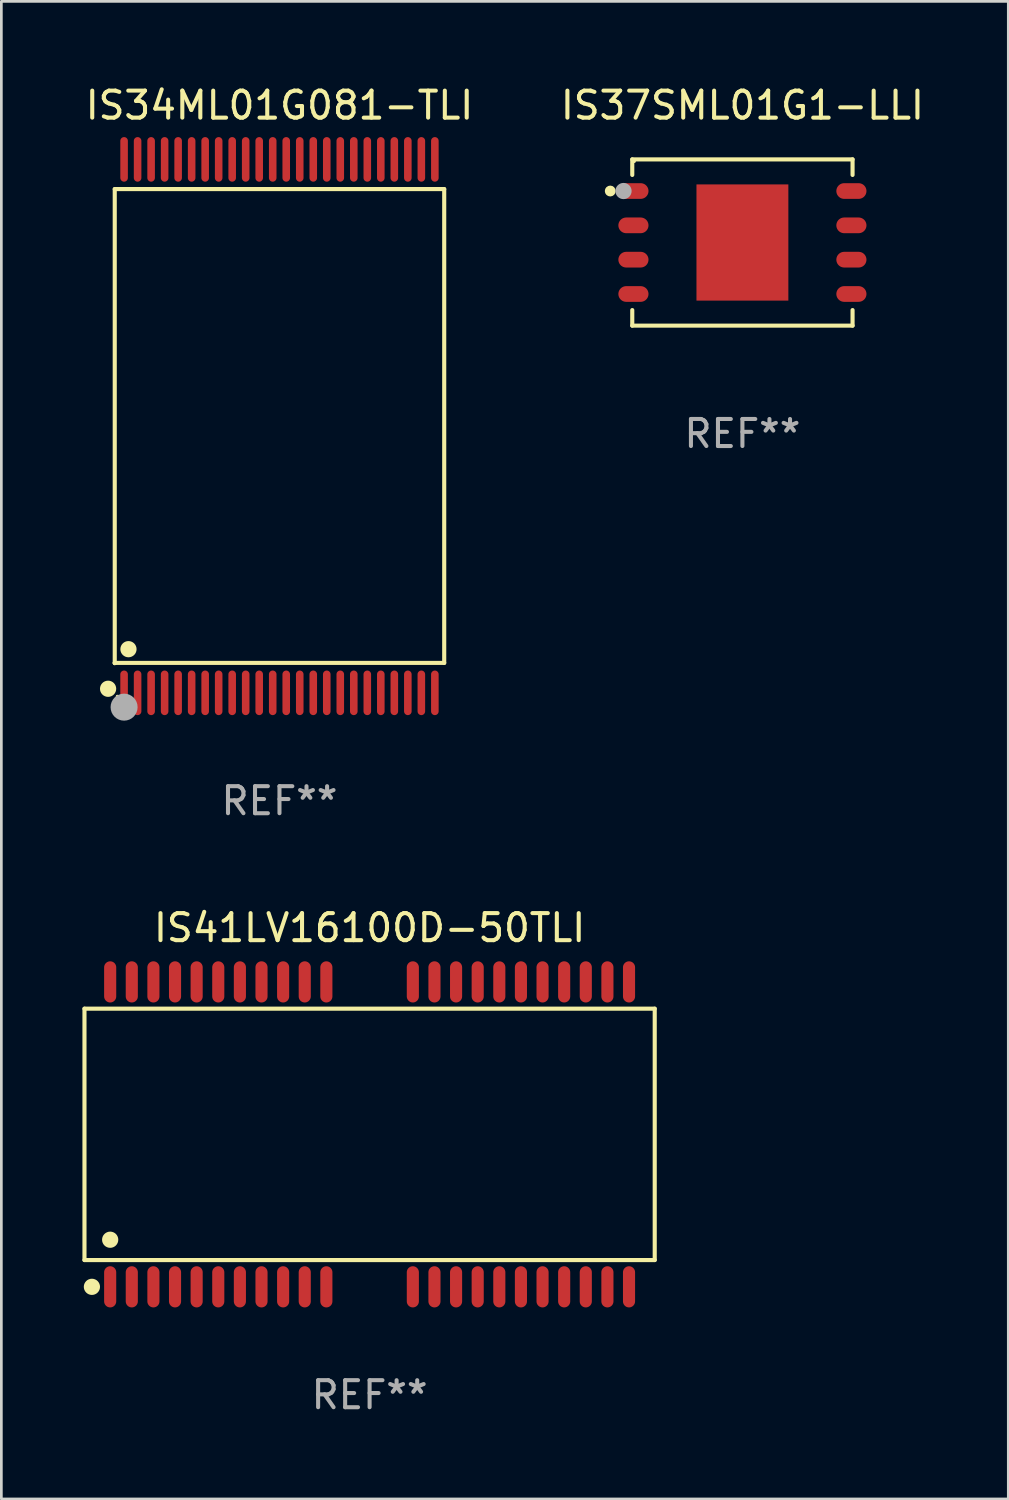
<source format=kicad_pcb>
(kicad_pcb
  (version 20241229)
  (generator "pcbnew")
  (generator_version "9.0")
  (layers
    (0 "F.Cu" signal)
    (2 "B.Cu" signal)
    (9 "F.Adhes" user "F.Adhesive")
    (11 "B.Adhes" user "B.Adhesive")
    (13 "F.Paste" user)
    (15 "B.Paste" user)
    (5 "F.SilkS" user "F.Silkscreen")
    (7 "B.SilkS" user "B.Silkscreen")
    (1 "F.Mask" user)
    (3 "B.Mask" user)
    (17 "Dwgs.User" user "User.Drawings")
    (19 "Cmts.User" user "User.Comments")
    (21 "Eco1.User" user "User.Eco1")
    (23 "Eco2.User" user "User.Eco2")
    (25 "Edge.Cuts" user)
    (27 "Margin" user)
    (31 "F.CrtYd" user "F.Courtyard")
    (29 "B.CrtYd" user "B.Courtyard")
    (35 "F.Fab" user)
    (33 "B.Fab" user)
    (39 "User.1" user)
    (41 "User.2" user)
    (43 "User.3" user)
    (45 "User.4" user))
  (footprint "IS34ML01G081-TLI"
    (layer "F.Cu")
    (at 7.292 12.718)
    (property "Reference" "IS34ML01G081-TLI" (at 0 -11.87 0) (layer "F.SilkS") (effects (font (size 1 1) (thickness 0.15))))
    (attr through_hole)
    (fp_line (start -6.096 -8.771) (end 6.096 -8.771) (stroke (width 0.152) (type solid)) (layer "F.SilkS"))
    (fp_line (start -6.096 8.763) (end -6.096 8.771) (stroke (width 0.152) (type solid)) (layer "F.SilkS"))
    (fp_line (start -6.096 8.771) (end -6.096 -8.771) (stroke (width 0.152) (type solid)) (layer "F.SilkS"))
    (fp_line (start 6.096 -8.771) (end 6.096 8.763) (stroke (width 0.152) (type solid)) (layer "F.SilkS"))
    (fp_line (start 6.096 8.763) (end -6.096 8.763) (stroke (width 0.152) (type solid)) (layer "F.SilkS"))
    (fp_circle (center -6.342 9.72) (end -6.192 9.72) (stroke (width 0.3) (type solid)) (fill no) (layer "F.SilkS"))
    (fp_circle (center -6 10) (end -5.97 10) (stroke (width 0.06) (type solid)) (fill no) (layer "F.SilkS"))
    (fp_circle (center -5.588 8.255) (end -5.438 8.255) (stroke (width 0.3) (type solid)) (fill no) (layer "F.SilkS"))
    (fp_circle (center -5.75 10.4) (end -5.5 10.4) (stroke (width 0.5) (type solid)) (fill no) (layer "F.Fab"))
    (fp_text user "REF**" (at 0 13.87 0) (layer "F.Fab") (effects (font (size 1 1) (thickness 0.15))))
    (pad "1" smd oval (at -5.75 9.87) (size 0.28 1.65) (layers "F.Cu" "F.Mask" "F.Paste"))
    (pad "2" smd oval (at -5.25 9.87) (size 0.28 1.65) (layers "F.Cu" "F.Mask" "F.Paste"))
    (pad "3" smd oval (at -4.75 9.87) (size 0.28 1.65) (layers "F.Cu" "F.Mask" "F.Paste"))
    (pad "4" smd oval (at -4.25 9.87) (size 0.28 1.65) (layers "F.Cu" "F.Mask" "F.Paste"))
    (pad "5" smd oval (at -3.75 9.87) (size 0.28 1.65) (layers "F.Cu" "F.Mask" "F.Paste"))
    (pad "6" smd oval (at -3.25 9.87) (size 0.28 1.65) (layers "F.Cu" "F.Mask" "F.Paste"))
    (pad "7" smd oval (at -2.75 9.87) (size 0.28 1.65) (layers "F.Cu" "F.Mask" "F.Paste"))
    (pad "8" smd oval (at -2.25 9.87) (size 0.28 1.65) (layers "F.Cu" "F.Mask" "F.Paste"))
    (pad "9" smd oval (at -1.75 9.87) (size 0.28 1.65) (layers "F.Cu" "F.Mask" "F.Paste"))
    (pad "10" smd oval (at -1.25 9.87) (size 0.28 1.65) (layers "F.Cu" "F.Mask" "F.Paste"))
    (pad "11" smd oval (at -0.75 9.87) (size 0.28 1.65) (layers "F.Cu" "F.Mask" "F.Paste"))
    (pad "12" smd oval (at -0.25 9.87) (size 0.28 1.65) (layers "F.Cu" "F.Mask" "F.Paste"))
    (pad "13" smd oval (at 0.25 9.87) (size 0.28 1.65) (layers "F.Cu" "F.Mask" "F.Paste"))
    (pad "14" smd oval (at 0.75 9.87) (size 0.28 1.65) (layers "F.Cu" "F.Mask" "F.Paste"))
    (pad "15" smd oval (at 1.25 9.87) (size 0.28 1.65) (layers "F.Cu" "F.Mask" "F.Paste"))
    (pad "16" smd oval (at 1.75 9.87) (size 0.28 1.65) (layers "F.Cu" "F.Mask" "F.Paste"))
    (pad "17" smd oval (at 2.25 9.87) (size 0.28 1.65) (layers "F.Cu" "F.Mask" "F.Paste"))
    (pad "18" smd oval (at 2.75 9.87) (size 0.28 1.65) (layers "F.Cu" "F.Mask" "F.Paste"))
    (pad "19" smd oval (at 3.25 9.87) (size 0.28 1.65) (layers "F.Cu" "F.Mask" "F.Paste"))
    (pad "20" smd oval (at 3.75 9.87) (size 0.28 1.65) (layers "F.Cu" "F.Mask" "F.Paste"))
    (pad "21" smd oval (at 4.25 9.87) (size 0.28 1.65) (layers "F.Cu" "F.Mask" "F.Paste"))
    (pad "22" smd oval (at 4.75 9.87) (size 0.28 1.65) (layers "F.Cu" "F.Mask" "F.Paste"))
    (pad "23" smd oval (at 5.25 9.87) (size 0.28 1.65) (layers "F.Cu" "F.Mask" "F.Paste"))
    (pad "24" smd oval (at 5.75 9.87) (size 0.28 1.65) (layers "F.Cu" "F.Mask" "F.Paste"))
    (pad "25" smd oval (at 5.75 -9.87) (size 0.28 1.65) (layers "F.Cu" "F.Mask" "F.Paste"))
    (pad "26" smd oval (at 5.25 -9.87) (size 0.28 1.65) (layers "F.Cu" "F.Mask" "F.Paste"))
    (pad "27" smd oval (at 4.75 -9.87) (size 0.28 1.65) (layers "F.Cu" "F.Mask" "F.Paste"))
    (pad "28" smd oval (at 4.25 -9.87) (size 0.28 1.65) (layers "F.Cu" "F.Mask" "F.Paste"))
    (pad "29" smd oval (at 3.75 -9.87) (size 0.28 1.65) (layers "F.Cu" "F.Mask" "F.Paste"))
    (pad "30" smd oval (at 3.25 -9.87) (size 0.28 1.65) (layers "F.Cu" "F.Mask" "F.Paste"))
    (pad "31" smd oval (at 2.75 -9.87) (size 0.28 1.65) (layers "F.Cu" "F.Mask" "F.Paste"))
    (pad "32" smd oval (at 2.25 -9.87) (size 0.28 1.65) (layers "F.Cu" "F.Mask" "F.Paste"))
    (pad "33" smd oval (at 1.75 -9.87) (size 0.28 1.65) (layers "F.Cu" "F.Mask" "F.Paste"))
    (pad "34" smd oval (at 1.25 -9.87) (size 0.28 1.65) (layers "F.Cu" "F.Mask" "F.Paste"))
    (pad "35" smd oval (at 0.75 -9.87) (size 0.28 1.65) (layers "F.Cu" "F.Mask" "F.Paste"))
    (pad "36" smd oval (at 0.25 -9.87) (size 0.28 1.65) (layers "F.Cu" "F.Mask" "F.Paste"))
    (pad "37" smd oval (at -0.25 -9.87) (size 0.28 1.65) (layers "F.Cu" "F.Mask" "F.Paste"))
    (pad "38" smd oval (at -0.75 -9.87) (size 0.28 1.65) (layers "F.Cu" "F.Mask" "F.Paste"))
    (pad "39" smd oval (at -1.25 -9.87) (size 0.28 1.65) (layers "F.Cu" "F.Mask" "F.Paste"))
    (pad "40" smd oval (at -1.75 -9.87) (size 0.28 1.65) (layers "F.Cu" "F.Mask" "F.Paste"))
    (pad "41" smd oval (at -2.25 -9.87) (size 0.28 1.65) (layers "F.Cu" "F.Mask" "F.Paste"))
    (pad "42" smd oval (at -2.75 -9.87) (size 0.28 1.65) (layers "F.Cu" "F.Mask" "F.Paste"))
    (pad "43" smd oval (at -3.25 -9.87) (size 0.28 1.65) (layers "F.Cu" "F.Mask" "F.Paste"))
    (pad "44" smd oval (at -3.75 -9.87) (size 0.28 1.65) (layers "F.Cu" "F.Mask" "F.Paste"))
    (pad "45" smd oval (at -4.25 -9.87) (size 0.28 1.65) (layers "F.Cu" "F.Mask" "F.Paste"))
    (pad "46" smd oval (at -4.75 -9.87) (size 0.28 1.65) (layers "F.Cu" "F.Mask" "F.Paste"))
    (pad "47" smd oval (at -5.25 -9.87) (size 0.28 1.65) (layers "F.Cu" "F.Mask" "F.Paste"))
    (pad "48" smd oval (at -5.75 -9.87) (size 0.28 1.65) (layers "F.Cu" "F.Mask" "F.Paste")))
  (footprint "IS41LV16100D-50TLI"
    (layer "F.Cu")
    (at 10.627 38.927)
    (property "Reference" "IS41LV16100D-50TLI" (at 0 -7.642 0) (layer "F.SilkS") (effects (font (size 1 1) (thickness 0.15))))
    (attr through_hole)
    (fp_line (start -10.551 -4.651) (end 10.551 -4.651) (stroke (width 0.152) (type solid)) (layer "F.SilkS"))
    (fp_line (start -10.551 4.651) (end -10.551 -4.651) (stroke (width 0.152) (type solid)) (layer "F.SilkS"))
    (fp_line (start 10.551 -4.651) (end 10.551 4.651) (stroke (width 0.152) (type solid)) (layer "F.SilkS"))
    (fp_line (start 10.551 4.651) (end -10.551 4.651) (stroke (width 0.152) (type solid)) (layer "F.SilkS"))
    (fp_circle (center -10.276 5.642) (end -10.126 5.642) (stroke (width 0.3) (type solid)) (fill no) (layer "F.SilkS"))
    (fp_circle (center -9.6 3.899) (end -9.45 3.899) (stroke (width 0.3) (type solid)) (fill no) (layer "F.SilkS"))
    (fp_text user "REF**" (at 0 9.642 0) (layer "F.Fab") (effects (font (size 1 1) (thickness 0.15))))
    (pad "1" smd oval (at -9.6 5.642) (size 0.448 1.524) (layers "F.Cu" "F.Mask" "F.Paste"))
    (pad "2" smd oval (at -8.8 5.642) (size 0.448 1.524) (layers "F.Cu" "F.Mask" "F.Paste"))
    (pad "3" smd oval (at -8 5.642) (size 0.448 1.524) (layers "F.Cu" "F.Mask" "F.Paste"))
    (pad "4" smd oval (at -7.2 5.642) (size 0.448 1.524) (layers "F.Cu" "F.Mask" "F.Paste"))
    (pad "5" smd oval (at -6.4 5.642) (size 0.448 1.524) (layers "F.Cu" "F.Mask" "F.Paste"))
    (pad "6" smd oval (at -5.6 5.642) (size 0.448 1.524) (layers "F.Cu" "F.Mask" "F.Paste"))
    (pad "7" smd oval (at -4.8 5.642) (size 0.448 1.524) (layers "F.Cu" "F.Mask" "F.Paste"))
    (pad "8" smd oval (at -4 5.642) (size 0.448 1.524) (layers "F.Cu" "F.Mask" "F.Paste"))
    (pad "9" smd oval (at -3.2 5.642) (size 0.448 1.524) (layers "F.Cu" "F.Mask" "F.Paste"))
    (pad "10" smd oval (at -2.4 5.642) (size 0.448 1.524) (layers "F.Cu" "F.Mask" "F.Paste"))
    (pad "11" smd oval (at -1.6 5.642) (size 0.448 1.524) (layers "F.Cu" "F.Mask" "F.Paste"))
    (pad "12" smd oval (at 1.6 5.642) (size 0.448 1.524) (layers "F.Cu" "F.Mask" "F.Paste"))
    (pad "13" smd oval (at 2.4 5.642) (size 0.448 1.524) (layers "F.Cu" "F.Mask" "F.Paste"))
    (pad "14" smd oval (at 3.2 5.642) (size 0.448 1.524) (layers "F.Cu" "F.Mask" "F.Paste"))
    (pad "15" smd oval (at 4 5.642) (size 0.448 1.524) (layers "F.Cu" "F.Mask" "F.Paste"))
    (pad "16" smd oval (at 4.8 5.642) (size 0.448 1.524) (layers "F.Cu" "F.Mask" "F.Paste"))
    (pad "17" smd oval (at 5.6 5.642) (size 0.448 1.524) (layers "F.Cu" "F.Mask" "F.Paste"))
    (pad "18" smd oval (at 6.4 5.642) (size 0.448 1.524) (layers "F.Cu" "F.Mask" "F.Paste"))
    (pad "19" smd oval (at 7.2 5.642) (size 0.448 1.524) (layers "F.Cu" "F.Mask" "F.Paste"))
    (pad "20" smd oval (at 8 5.642) (size 0.448 1.524) (layers "F.Cu" "F.Mask" "F.Paste"))
    (pad "21" smd oval (at 8.8 5.642) (size 0.448 1.524) (layers "F.Cu" "F.Mask" "F.Paste"))
    (pad "22" smd oval (at 9.6 5.642) (size 0.448 1.524) (layers "F.Cu" "F.Mask" "F.Paste"))
    (pad "23" smd oval (at 9.6 -5.642) (size 0.448 1.524) (layers "F.Cu" "F.Mask" "F.Paste"))
    (pad "24" smd oval (at 8.8 -5.642) (size 0.448 1.524) (layers "F.Cu" "F.Mask" "F.Paste"))
    (pad "25" smd oval (at 8 -5.642) (size 0.448 1.524) (layers "F.Cu" "F.Mask" "F.Paste"))
    (pad "26" smd oval (at 7.2 -5.642) (size 0.448 1.524) (layers "F.Cu" "F.Mask" "F.Paste"))
    (pad "27" smd oval (at 6.4 -5.642) (size 0.448 1.524) (layers "F.Cu" "F.Mask" "F.Paste"))
    (pad "28" smd oval (at 5.6 -5.642) (size 0.448 1.524) (layers "F.Cu" "F.Mask" "F.Paste"))
    (pad "29" smd oval (at 4.8 -5.642) (size 0.448 1.524) (layers "F.Cu" "F.Mask" "F.Paste"))
    (pad "30" smd oval (at 4 -5.642) (size 0.448 1.524) (layers "F.Cu" "F.Mask" "F.Paste"))
    (pad "31" smd oval (at 3.2 -5.642) (size 0.448 1.524) (layers "F.Cu" "F.Mask" "F.Paste"))
    (pad "32" smd oval (at 2.4 -5.642) (size 0.448 1.524) (layers "F.Cu" "F.Mask" "F.Paste"))
    (pad "33" smd oval (at 1.6 -5.642) (size 0.448 1.524) (layers "F.Cu" "F.Mask" "F.Paste"))
    (pad "34" smd oval (at -1.6 -5.642) (size 0.448 1.524) (layers "F.Cu" "F.Mask" "F.Paste"))
    (pad "35" smd oval (at -2.4 -5.642) (size 0.448 1.524) (layers "F.Cu" "F.Mask" "F.Paste"))
    (pad "36" smd oval (at -3.2 -5.642) (size 0.448 1.524) (layers "F.Cu" "F.Mask" "F.Paste"))
    (pad "37" smd oval (at -4 -5.642) (size 0.448 1.524) (layers "F.Cu" "F.Mask" "F.Paste"))
    (pad "38" smd oval (at -4.8 -5.642) (size 0.448 1.524) (layers "F.Cu" "F.Mask" "F.Paste"))
    (pad "39" smd oval (at -5.6 -5.642) (size 0.448 1.524) (layers "F.Cu" "F.Mask" "F.Paste"))
    (pad "40" smd oval (at -6.4 -5.642) (size 0.448 1.524) (layers "F.Cu" "F.Mask" "F.Paste"))
    (pad "41" smd oval (at -7.2 -5.642) (size 0.448 1.524) (layers "F.Cu" "F.Mask" "F.Paste"))
    (pad "42" smd oval (at -8 -5.642) (size 0.448 1.524) (layers "F.Cu" "F.Mask" "F.Paste"))
    (pad "43" smd oval (at -8.8 -5.642) (size 0.448 1.524) (layers "F.Cu" "F.Mask" "F.Paste"))
    (pad "44" smd oval (at -9.6 -5.642) (size 0.448 1.524) (layers "F.Cu" "F.Mask" "F.Paste")))
  (footprint "IS37SML01G1-LLI"
    (layer "F.Cu")
    (at 24.423 5.924)
    (property "Reference" "IS37SML01G1-LLI" (at 0 -5.076 0) (layer "F.SilkS") (effects (font (size 1 1) (thickness 0.15))))
    (attr through_hole)
    (fp_line (start -4.076 -3.076) (end -4.076 -2.5) (stroke (width 0.152) (type solid)) (layer "F.SilkS"))
    (fp_line (start -4.076 -3.076) (end 4.076 -3.076) (stroke (width 0.152) (type solid)) (layer "F.SilkS"))
    (fp_line (start -4.076 3.076) (end -4.076 2.5) (stroke (width 0.152) (type solid)) (layer "F.SilkS"))
    (fp_line (start 4.076 -3.076) (end 4.076 -2.5) (stroke (width 0.152) (type solid)) (layer "F.SilkS"))
    (fp_line (start 4.076 3.076) (end -4.076 3.076) (stroke (width 0.152) (type solid)) (layer "F.SilkS"))
    (fp_line (start 4.076 3.076) (end 4.076 2.5) (stroke (width 0.152) (type solid)) (layer "F.SilkS"))
    (fp_circle (center -4.891 -1.905) (end -4.79 -1.905) (stroke (width 0.2) (type solid)) (fill no) (layer "F.SilkS"))
    (fp_circle (center -4 -3) (end -3.97 -3) (stroke (width 0.06) (type solid)) (fill no) (layer "F.SilkS"))
    (fp_circle (center -4.4 -1.905) (end -4.25 -1.905) (stroke (width 0.3) (type solid)) (fill no) (layer "F.Fab"))
    (fp_text user "REF**" (at 0 7.076 0) (layer "F.Fab") (effects (font (size 1 1) (thickness 0.15))))
    (pad "1" smd oval (at -4.033 -1.905 270) (size 0.581 1.115) (layers "F.Cu" "F.Mask" "F.Paste"))
    (pad "2" smd oval (at -4.033 -0.635 270) (size 0.581 1.115) (layers "F.Cu" "F.Mask" "F.Paste"))
    (pad "3" smd oval (at -4.033 0.635 270) (size 0.581 1.115) (layers "F.Cu" "F.Mask" "F.Paste"))
    (pad "4" smd oval (at -4.033 1.905 270) (size 0.581 1.115) (layers "F.Cu" "F.Mask" "F.Paste"))
    (pad "5" smd oval (at 4.033 1.905 270) (size 0.581 1.115) (layers "F.Cu" "F.Mask" "F.Paste"))
    (pad "6" smd oval (at 4.033 0.635 270) (size 0.581 1.115) (layers "F.Cu" "F.Mask" "F.Paste"))
    (pad "7" smd oval (at 4.033 -0.635 270) (size 0.581 1.115) (layers "F.Cu" "F.Mask" "F.Paste"))
    (pad "8" smd oval (at 4.033 -1.905 270) (size 0.581 1.115) (layers "F.Cu" "F.Mask" "F.Paste"))
    (pad "9" smd rect (at 0 0) (size 3.4 4.3) (layers "F.Cu" "F.Mask" "F.Paste")))
  (gr_rect
    (start -3 -3)
    (end 34.262 52.418)
    (stroke (width 0.1) (type default))
    (fill no)
    (layer "Edge.Cuts")))
</source>
